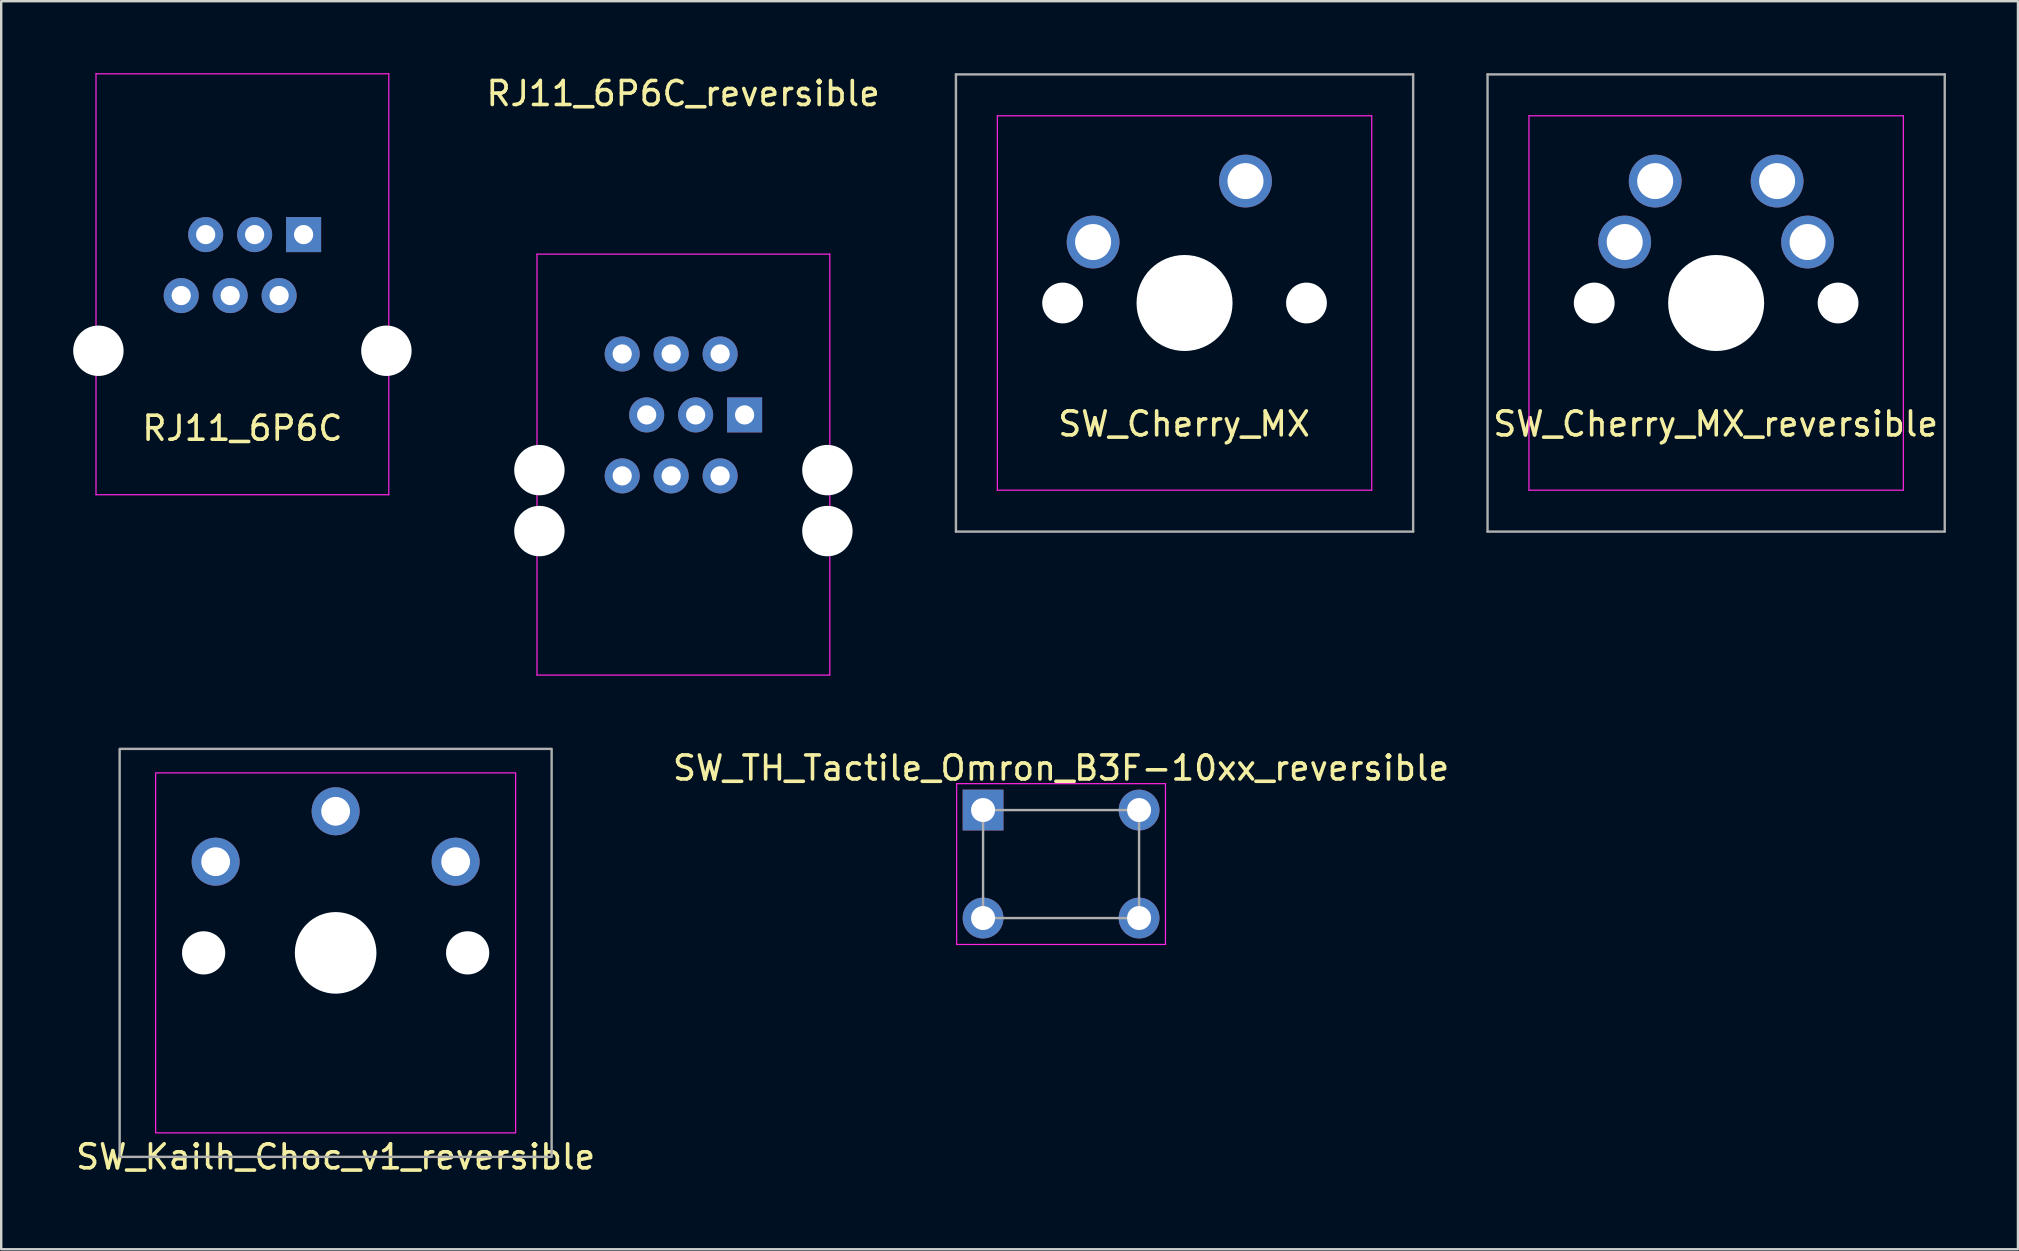
<source format=kicad_pcb>
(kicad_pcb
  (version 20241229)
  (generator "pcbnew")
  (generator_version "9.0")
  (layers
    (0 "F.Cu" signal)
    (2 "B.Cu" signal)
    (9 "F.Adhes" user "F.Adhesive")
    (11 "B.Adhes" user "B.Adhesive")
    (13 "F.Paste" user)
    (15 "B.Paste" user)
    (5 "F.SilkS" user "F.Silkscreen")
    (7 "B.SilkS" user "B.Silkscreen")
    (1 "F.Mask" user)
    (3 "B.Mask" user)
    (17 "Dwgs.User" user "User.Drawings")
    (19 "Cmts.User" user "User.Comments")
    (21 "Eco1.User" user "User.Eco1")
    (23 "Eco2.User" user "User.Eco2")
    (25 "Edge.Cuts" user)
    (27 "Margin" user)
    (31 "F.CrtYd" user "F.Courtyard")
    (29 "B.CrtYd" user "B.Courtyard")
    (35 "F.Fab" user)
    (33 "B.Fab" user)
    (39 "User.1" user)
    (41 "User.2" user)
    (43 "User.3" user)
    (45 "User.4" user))
  (footprint "RJ11_6P6C"
    (layer "F.Cu")
    (at 7.05 8.795)
    (property "Reference" "RJ11_6P6C" (at 0 6 0) (unlocked yes) (layer "F.SilkS") (effects (font (size 1 1) (thickness 0.15))))
    (attr through_hole)
    (fp_line (start -6.1 -8.77) (end 6.1 -8.77) (stroke (width 0.05) (type solid)) (layer "F.CrtYd"))
    (fp_line (start -6.1 8.77) (end -6.1 -8.77) (stroke (width 0.05) (type solid)) (layer "F.CrtYd"))
    (fp_line (start 6.1 8.77) (end -6.1 8.77) (stroke (width 0.05) (type solid)) (layer "F.CrtYd"))
    (fp_line (start 6.1 8.77) (end 6.1 -8.77) (stroke (width 0.05) (type solid)) (layer "F.CrtYd"))
    (pad "" np_thru_hole circle (at -6 2.77 180) (size 2.1 2.1) (drill 2.1) (layers "*.Cu" "*.Mask"))
    (pad "" np_thru_hole circle (at 6 2.77 180) (size 2.1 2.1) (drill 2.1) (layers "*.Cu" "*.Mask"))
    (pad "1" thru_hole rect (at 2.55 -2.07 180) (size 1.46 1.46) (drill 0.8) (layers "*.Cu" "B.Mask"))
    (pad "2" thru_hole circle (at 1.53 0.47 180) (size 1.46 1.46) (drill 0.8) (layers "*.Cu" "B.Mask"))
    (pad "3" thru_hole circle (at 0.51 -2.07 180) (size 1.46 1.46) (drill 0.8) (layers "*.Cu" "B.Mask"))
    (pad "4" thru_hole circle (at -0.51 0.47 180) (size 1.46 1.46) (drill 0.8) (layers "*.Cu" "B.Mask"))
    (pad "5" thru_hole circle (at -1.53 -2.07 180) (size 1.46 1.46) (drill 0.8) (layers "*.Cu" "B.Mask"))
    (pad "6" thru_hole circle (at -2.55 0.47 180) (size 1.46 1.46) (drill 0.8) (layers "*.Cu" "B.Mask")))
  (footprint "SW_TH_Tactile_Omron_B3F-10xx_reversible"
    (layer "F.Cu")
    (at 41.161 32.952)
    (property "Reference" "SW_TH_Tactile_Omron_B3F-10xx_reversible" (at 0 -4 180) (layer "F.SilkS") (effects (font (size 1 1) (thickness 0.15))))
    (attr through_hole)
    (fp_line (start -4.35 -3.35) (end -4.35 3.35) (stroke (width 0.05) (type solid)) (layer "F.CrtYd"))
    (fp_line (start -4.35 -3.35) (end 4.35 -3.35) (stroke (width 0.05) (type solid)) (layer "F.CrtYd"))
    (fp_line (start -4.35 3.35) (end 4.35 3.35) (stroke (width 0.05) (type solid)) (layer "F.CrtYd"))
    (fp_line (start 4.35 3.35) (end 4.35 -3.35) (stroke (width 0.05) (type solid)) (layer "F.CrtYd"))
    (fp_line (start -3.25 -2.25) (end -3.25 2.25) (stroke (width 0.1) (type solid)) (layer "F.Fab"))
    (fp_line (start -3.25 -2.25) (end 3.25 -2.25) (stroke (width 0.1) (type solid)) (layer "F.Fab"))
    (fp_line (start -3.25 2.25) (end 3.25 2.25) (stroke (width 0.1) (type solid)) (layer "F.Fab"))
    (fp_line (start 3.25 -2.25) (end 3.25 2.25) (stroke (width 0.1) (type solid)) (layer "F.Fab"))
    (pad "1" thru_hole rect (at -3.25 -2.25 180) (size 1.7 1.7) (drill 1) (layers "*.Cu" "*.Mask"))
    (pad "1" thru_hole circle (at 3.25 -2.25 180) (size 1.7 1.7) (drill 1) (layers "*.Cu" "*.Mask"))
    (pad "2" thru_hole circle (at -3.25 2.25 180) (size 1.7 1.7) (drill 1) (layers "*.Cu" "*.Mask"))
    (pad "2" thru_hole circle (at 3.25 2.25 180) (size 1.7 1.7) (drill 1) (layers "*.Cu" "*.Mask")))
  (footprint "SW_Cherry_MX_reversible"
    (layer "F.Cu")
    (at 68.456 9.575)
    (property "Reference" "SW_Cherry_MX_reversible" (at -0.02 5.04 180) (layer "F.SilkS") (effects (font (size 1 1) (thickness 0.15))))
    (attr through_hole)
    (fp_line (start -7.8 -7.8) (end 7.8 -7.8) (stroke (width 0.05) (type solid)) (layer "F.CrtYd"))
    (fp_line (start -7.8 7.8) (end -7.8 -7.8) (stroke (width 0.05) (type solid)) (layer "F.CrtYd"))
    (fp_line (start 7.8 -7.8) (end 7.8 7.8) (stroke (width 0.05) (type solid)) (layer "F.CrtYd"))
    (fp_line (start 7.8 7.8) (end -7.8 7.8) (stroke (width 0.05) (type solid)) (layer "F.CrtYd"))
    (fp_line (start -9.525 -9.525) (end 9.525 -9.525) (stroke (width 0.1) (type solid)) (layer "F.Fab"))
    (fp_line (start -9.525 9.525) (end -9.525 -9.525) (stroke (width 0.1) (type solid)) (layer "F.Fab"))
    (fp_line (start 9.525 -9.525) (end 9.525 9.525) (stroke (width 0.1) (type solid)) (layer "F.Fab"))
    (fp_line (start 9.525 9.525) (end -9.525 9.525) (stroke (width 0.1) (type solid)) (layer "F.Fab"))
    (pad "" np_thru_hole circle (at -5.08 0 180) (size 1.7 1.7) (drill 1.7) (layers "*.Cu" "*.Mask"))
    (pad "" np_thru_hole circle (at 0 0 180) (size 4 4) (drill 4) (layers "*.Cu" "*.Mask"))
    (pad "" np_thru_hole circle (at 5.08 0 180) (size 1.7 1.7) (drill 1.7) (layers "*.Cu" "*.Mask"))
    (pad "1" thru_hole circle (at 2.54 -5.08 180) (size 2.2 2.2) (drill 1.5) (layers "*.Cu" "*.Mask"))
    (pad "1" thru_hole circle (at 3.81 -2.54 180) (size 2.2 2.2) (drill 1.5) (layers "*.Cu" "*.Mask"))
    (pad "2" thru_hole circle (at -3.81 -2.54 180) (size 2.2 2.2) (drill 1.5) (layers "*.Cu" "*.Mask"))
    (pad "2" thru_hole circle (at -2.54 -5.08 180) (size 2.2 2.2) (drill 1.5) (layers "*.Cu" "*.Mask")))
  (footprint "SW_Cherry_MX"
    (layer "F.Cu")
    (at 46.306 9.575)
    (property "Reference" "SW_Cherry_MX" (at -0.02 5.04 180) (layer "F.SilkS") (effects (font (size 1 1) (thickness 0.15))))
    (attr through_hole)
    (fp_line (start -7.8 -7.8) (end 7.8 -7.8) (stroke (width 0.05) (type solid)) (layer "F.CrtYd"))
    (fp_line (start -7.8 7.8) (end -7.8 -7.8) (stroke (width 0.05) (type solid)) (layer "F.CrtYd"))
    (fp_line (start 7.8 -7.8) (end 7.8 7.8) (stroke (width 0.05) (type solid)) (layer "F.CrtYd"))
    (fp_line (start 7.8 7.8) (end -7.8 7.8) (stroke (width 0.05) (type solid)) (layer "F.CrtYd"))
    (fp_line (start -9.525 -9.525) (end 9.525 -9.525) (stroke (width 0.1) (type solid)) (layer "F.Fab"))
    (fp_line (start -9.525 9.525) (end -9.525 -9.525) (stroke (width 0.1) (type solid)) (layer "F.Fab"))
    (fp_line (start 9.525 -9.525) (end 9.525 9.525) (stroke (width 0.1) (type solid)) (layer "F.Fab"))
    (fp_line (start 9.525 9.525) (end -9.525 9.525) (stroke (width 0.1) (type solid)) (layer "F.Fab"))
    (pad "" np_thru_hole circle (at -5.08 0 180) (size 1.7 1.7) (drill 1.7) (layers "*.Cu" "*.Mask"))
    (pad "" np_thru_hole circle (at 0 0 180) (size 4 4) (drill 4) (layers "*.Cu" "*.Mask"))
    (pad "" np_thru_hole circle (at 5.08 0 180) (size 1.7 1.7) (drill 1.7) (layers "*.Cu" "*.Mask"))
    (pad "1" thru_hole circle (at 2.54 -5.08 180) (size 2.2 2.2) (drill 1.5) (layers "*.Cu" "B.Mask"))
    (pad "2" thru_hole circle (at -3.81 -2.54 180) (size 2.2 2.2) (drill 1.5) (layers "*.Cu" "B.Mask")))
  (footprint "SW_Kailh_Choc_v1_reversible"
    (layer "F.Cu")
    (at 10.935 36.653)
    (property "Reference" "SW_Kailh_Choc_v1_reversible" (at 0 8.5 0) (unlocked yes) (layer "F.SilkS") (effects (font (size 1 1) (thickness 0.15))))
    (attr through_hole)
    (fp_rect (start -7.5 7.5) (end 7.5 -7.5) (stroke (width 0.05) (type solid)) (fill no) (layer "F.CrtYd"))
    (fp_rect (start -9 8.5) (end 9 -8.5) (stroke (width 0.1) (type solid)) (fill no) (layer "F.Fab"))
    (pad "" np_thru_hole circle (at -5.5 0) (size 1.8 1.8) (drill 1.8) (layers "*.Cu" "*.Mask"))
    (pad "" np_thru_hole circle (at 0 0 180) (size 3.4 3.4) (drill 3.4) (layers "*.Cu" "*.Mask"))
    (pad "" np_thru_hole circle (at 5.5 0) (size 1.8 1.8) (drill 1.8) (layers "*.Cu" "*.Mask"))
    (pad "1" thru_hole circle (at 0 -5.9 180) (size 2 2) (drill 1.2) (layers "*.Cu" "*.Mask"))
    (pad "2" thru_hole circle (at -5 -3.8 45) (size 2 2) (drill 1.2) (layers "*.Cu" "*.Mask"))
    (pad "2" thru_hole circle (at 5 -3.8 315) (size 2 2) (drill 1.2) (layers "*.Cu" "*.Mask")))
  (footprint "RJ11_6P6C_reversible"
    (layer "F.Cu")
    (at 25.425 16.308)
    (property "Reference" "RJ11_6P6C_reversible" (at -0.01 -15.46 0) (unlocked yes) (layer "F.SilkS") (effects (font (size 1 1) (thickness 0.15))))
    (attr through_hole)
    (fp_line (start -6.1 -8.77) (end 6.1 -8.77) (stroke (width 0.05) (type solid)) (layer "F.CrtYd"))
    (fp_line (start -6.1 8.77) (end -6.1 -8.77) (stroke (width 0.05) (type solid)) (layer "F.CrtYd"))
    (fp_line (start 6.1 8.77) (end -6.1 8.77) (stroke (width 0.05) (type solid)) (layer "F.CrtYd"))
    (fp_line (start 6.1 8.77) (end 6.1 -8.77) (stroke (width 0.05) (type solid)) (layer "F.CrtYd"))
    (pad "" np_thru_hole circle (at -6 0.23 180) (size 2.1 2.1) (drill 2.1) (layers "*.Cu" "*.Mask"))
    (pad "" np_thru_hole circle (at -6 2.77 180) (size 2.1 2.1) (drill 2.1) (layers "*.Cu" "*.Mask"))
    (pad "" np_thru_hole circle (at 6 0.23 180) (size 2.1 2.1) (drill 2.1) (layers "*.Cu" "*.Mask"))
    (pad "" np_thru_hole circle (at 6 2.77 180) (size 2.1 2.1) (drill 2.1) (layers "*.Cu" "*.Mask"))
    (pad "1" thru_hole rect (at 2.55 -2.07 180) (size 1.46 1.46) (drill 0.8) (layers "*.Cu" "*.Mask"))
    (pad "2" thru_hole circle (at 1.53 -4.61 180) (size 1.46 1.46) (drill 0.8) (layers "*.Cu" "*.Mask"))
    (pad "2" thru_hole circle (at 1.53 0.47 180) (size 1.46 1.46) (drill 0.8) (layers "*.Cu" "*.Mask"))
    (pad "3" thru_hole circle (at 0.51 -2.07 180) (size 1.46 1.46) (drill 0.8) (layers "*.Cu" "*.Mask"))
    (pad "4" thru_hole circle (at -0.51 -4.61 180) (size 1.46 1.46) (drill 0.8) (layers "*.Cu" "*.Mask"))
    (pad "4" thru_hole circle (at -0.51 0.47 180) (size 1.46 1.46) (drill 0.8) (layers "*.Cu" "*.Mask"))
    (pad "5" thru_hole circle (at -1.53 -2.07 180) (size 1.46 1.46) (drill 0.8) (layers "*.Cu" "*.Mask"))
    (pad "6" thru_hole circle (at -2.55 -4.61 180) (size 1.46 1.46) (drill 0.8) (layers "*.Cu" "*.Mask"))
    (pad "6" thru_hole circle (at -2.55 0.47 180) (size 1.46 1.46) (drill 0.8) (layers "*.Cu" "*.Mask")))
  (gr_rect
    (start -3 -3)
    (end 81.031 49.002)
    (stroke (width 0.1) (type default))
    (fill no)
    (layer "Edge.Cuts")))
</source>
